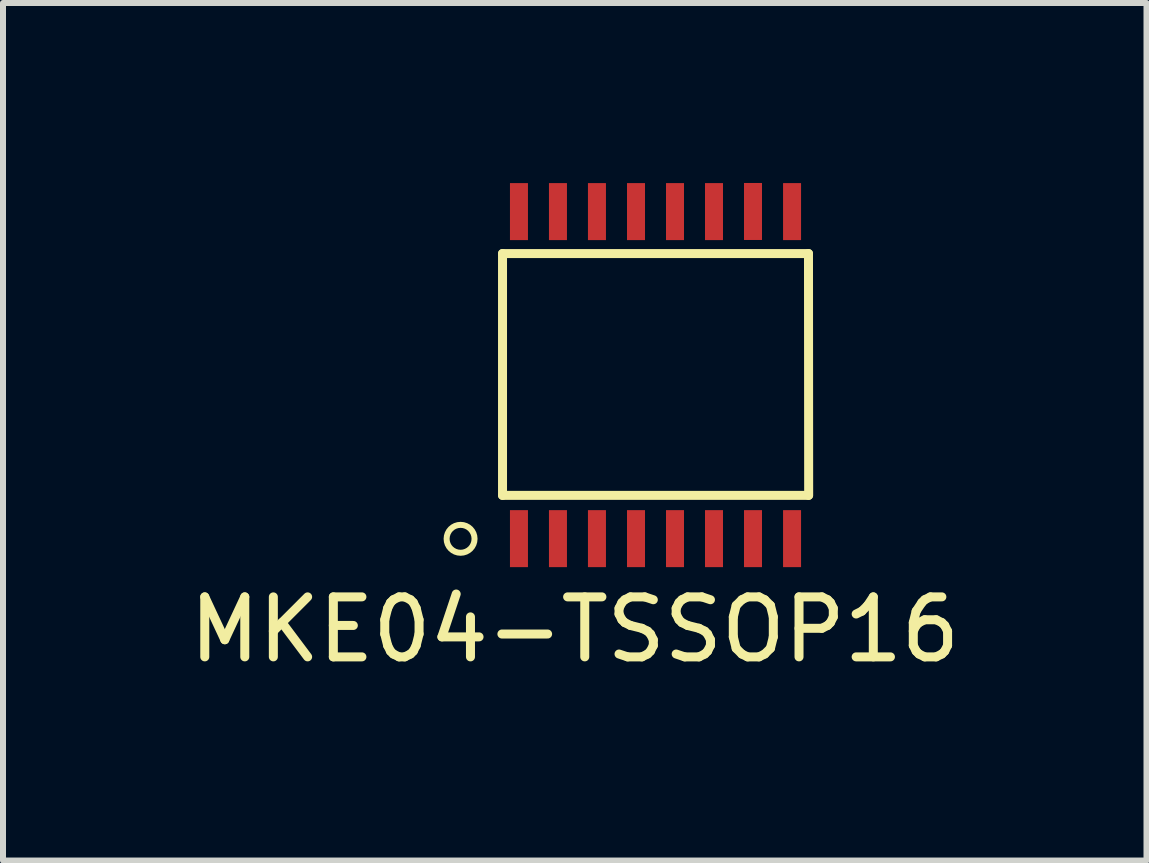
<source format=kicad_pcb>
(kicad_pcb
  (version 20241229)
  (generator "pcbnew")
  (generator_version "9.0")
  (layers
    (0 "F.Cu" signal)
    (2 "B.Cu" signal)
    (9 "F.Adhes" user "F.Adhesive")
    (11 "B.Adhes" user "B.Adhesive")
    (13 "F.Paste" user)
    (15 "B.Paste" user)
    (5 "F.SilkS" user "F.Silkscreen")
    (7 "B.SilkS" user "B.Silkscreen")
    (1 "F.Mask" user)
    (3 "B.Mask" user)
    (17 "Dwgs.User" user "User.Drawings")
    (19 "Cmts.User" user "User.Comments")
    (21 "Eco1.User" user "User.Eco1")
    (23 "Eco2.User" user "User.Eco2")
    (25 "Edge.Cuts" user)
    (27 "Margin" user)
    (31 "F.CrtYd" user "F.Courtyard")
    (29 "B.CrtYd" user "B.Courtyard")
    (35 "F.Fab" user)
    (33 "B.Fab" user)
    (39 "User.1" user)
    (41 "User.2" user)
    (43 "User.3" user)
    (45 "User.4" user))
  (footprint "MKE04-TSSOP16"
    (layer "F.Cu")
    (at 5.6 5.928)
    (property "Reference" "MKE04-TSSOP16" (at 0.93 1.516 0) (layer "F.SilkS") (effects (font (size 1 1) (thickness 0.15))))
    (attr through_hole)
    (fp_line (start -0.274 -4.752) (end -0.274 -0.721) (stroke (width 0.15) (type solid)) (layer "F.SilkS"))
    (fp_line (start -0.274 -0.721) (end 4.826 -0.721) (stroke (width 0.15) (type solid)) (layer "F.SilkS"))
    (fp_line (start 4.826 -4.752) (end -0.274 -4.752) (stroke (width 0.15) (type solid)) (layer "F.SilkS"))
    (fp_line (start 4.829 -0.721) (end 4.826 -4.752) (stroke (width 0.15) (type solid)) (layer "F.SilkS"))
    (fp_circle (center -0.973 0.003) (end -0.917 0.229) (stroke (width 0.1) (type solid)) (fill no) (layer "F.SilkS"))
    (pad "1" smd rect (at 0 0) (size 0.3 0.95) (layers "F.Cu" "F.Mask" "F.Paste"))
    (pad "2" smd rect (at 0.65 0) (size 0.3 0.95) (layers "F.Cu" "F.Mask" "F.Paste"))
    (pad "3" smd rect (at 1.3 0) (size 0.3 0.95) (layers "F.Cu" "F.Mask" "F.Paste"))
    (pad "4" smd rect (at 1.951 0) (size 0.3 0.95) (layers "F.Cu" "F.Mask" "F.Paste"))
    (pad "5" smd rect (at 2.601 0) (size 0.3 0.95) (layers "F.Cu" "F.Mask" "F.Paste"))
    (pad "6" smd rect (at 3.251 0) (size 0.3 0.95) (layers "F.Cu" "F.Mask" "F.Paste"))
    (pad "7" smd rect (at 3.901 0) (size 0.3 0.95) (layers "F.Cu" "F.Mask" "F.Paste"))
    (pad "8" smd rect (at 4.552 0) (size 0.3 0.95) (layers "F.Cu" "F.Mask" "F.Paste"))
    (pad "9" smd rect (at 4.552 -5.451) (size 0.3 0.95) (layers "F.Cu" "F.Mask" "F.Paste"))
    (pad "10" smd rect (at 3.901 -5.453) (size 0.3 0.95) (layers "F.Cu" "F.Mask" "F.Paste"))
    (pad "11" smd rect (at 3.251 -5.451) (size 0.3 0.95) (layers "F.Cu" "F.Mask" "F.Paste"))
    (pad "12" smd rect (at 2.601 -5.451) (size 0.3 0.95) (layers "F.Cu" "F.Mask" "F.Paste"))
    (pad "13" smd rect (at 1.951 -5.451) (size 0.3 0.95) (layers "F.Cu" "F.Mask" "F.Paste"))
    (pad "14" smd rect (at 1.3 -5.451) (size 0.3 0.95) (layers "F.Cu" "F.Mask" "F.Paste"))
    (pad "15" smd rect (at 0.65 -5.451) (size 0.3 0.95) (layers "F.Cu" "F.Mask" "F.Paste"))
    (pad "16" smd rect (at 0 -5.451) (size 0.3 0.95) (layers "F.Cu" "F.Mask" "F.Paste")))
  (gr_rect
    (start -3 -3)
    (end 16.06 11.293)
    (stroke (width 0.1) (type default))
    (fill no)
    (layer "Edge.Cuts")))
</source>
